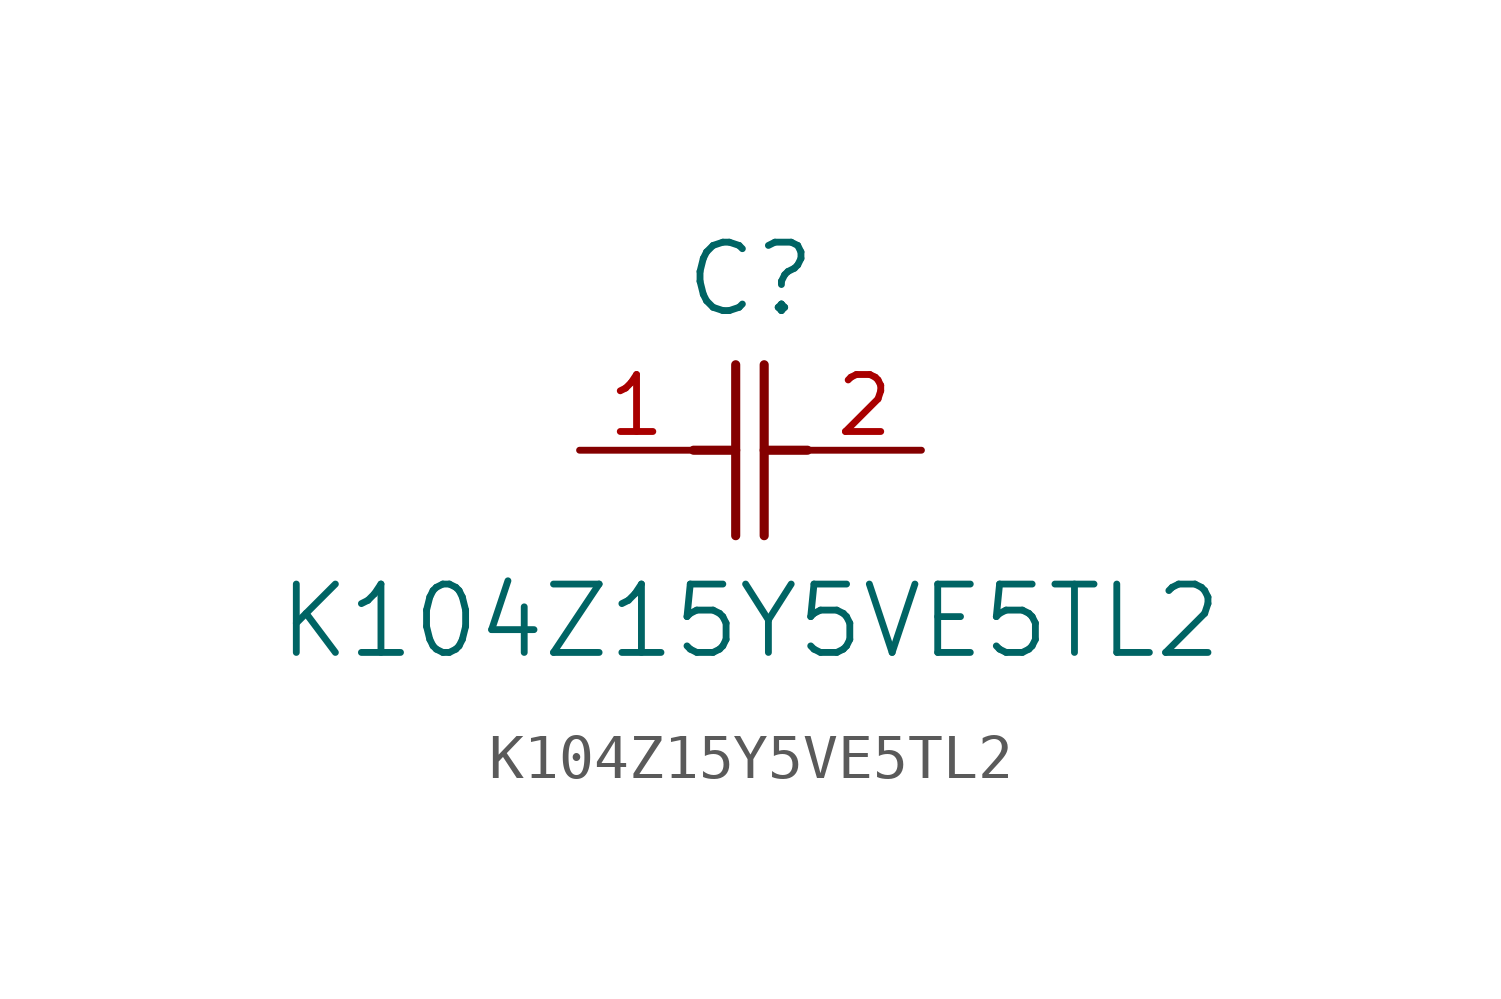
<source format=kicad_sym>
(kicad_symbol_lib
  (version 20211014)
  (generator kicad_symbol_editor)
  (symbol "K104Z15Y5VE5TL2"
    (pin_names
      (offset 0.254))
    (property "Reference" "C"
      (at 3.81 3.81 0)
      (effects (font (size 1.524 1.524))))
    (property "Value" "K104Z15Y5VE5TL2"
      (at 3.81 -3.81 0)
      (effects (font (size 1.524 1.524))))
    (symbol "K104Z15Y5VE5TL2_0_1"
      (polyline (pts (xy 3.48 -1.905) (xy 3.48 1.905)) (stroke (width 0.203) (type default) (color 0 0 0 0)) (fill (type none)))
      (polyline (pts (xy 4.115 -1.905) (xy 4.115 1.905)) (stroke (width 0.203) (type default) (color 0 0 0 0)) (fill (type none)))
      (polyline (pts (xy 4.115 0) (xy 5.08 0)) (stroke (width 0.203) (type default) (color 0 0 0 0)) (fill (type none)))
      (polyline (pts (xy 2.54 0) (xy 3.48 0)) (stroke (width 0.203) (type default) (color 0 0 0 0)) (fill (type none)))
      (pin unspecified line (at 0 0 0) (length 2.54) (name "" (effects (font (size 1.27 1.27)))) (number "1" (effects (font (size 1.27 1.27)))))
      (pin unspecified line (at 7.62 0 180) (length 2.54) (name "" (effects (font (size 1.27 1.27)))) (number "2" (effects (font (size 1.27 1.27))))))))
</source>
